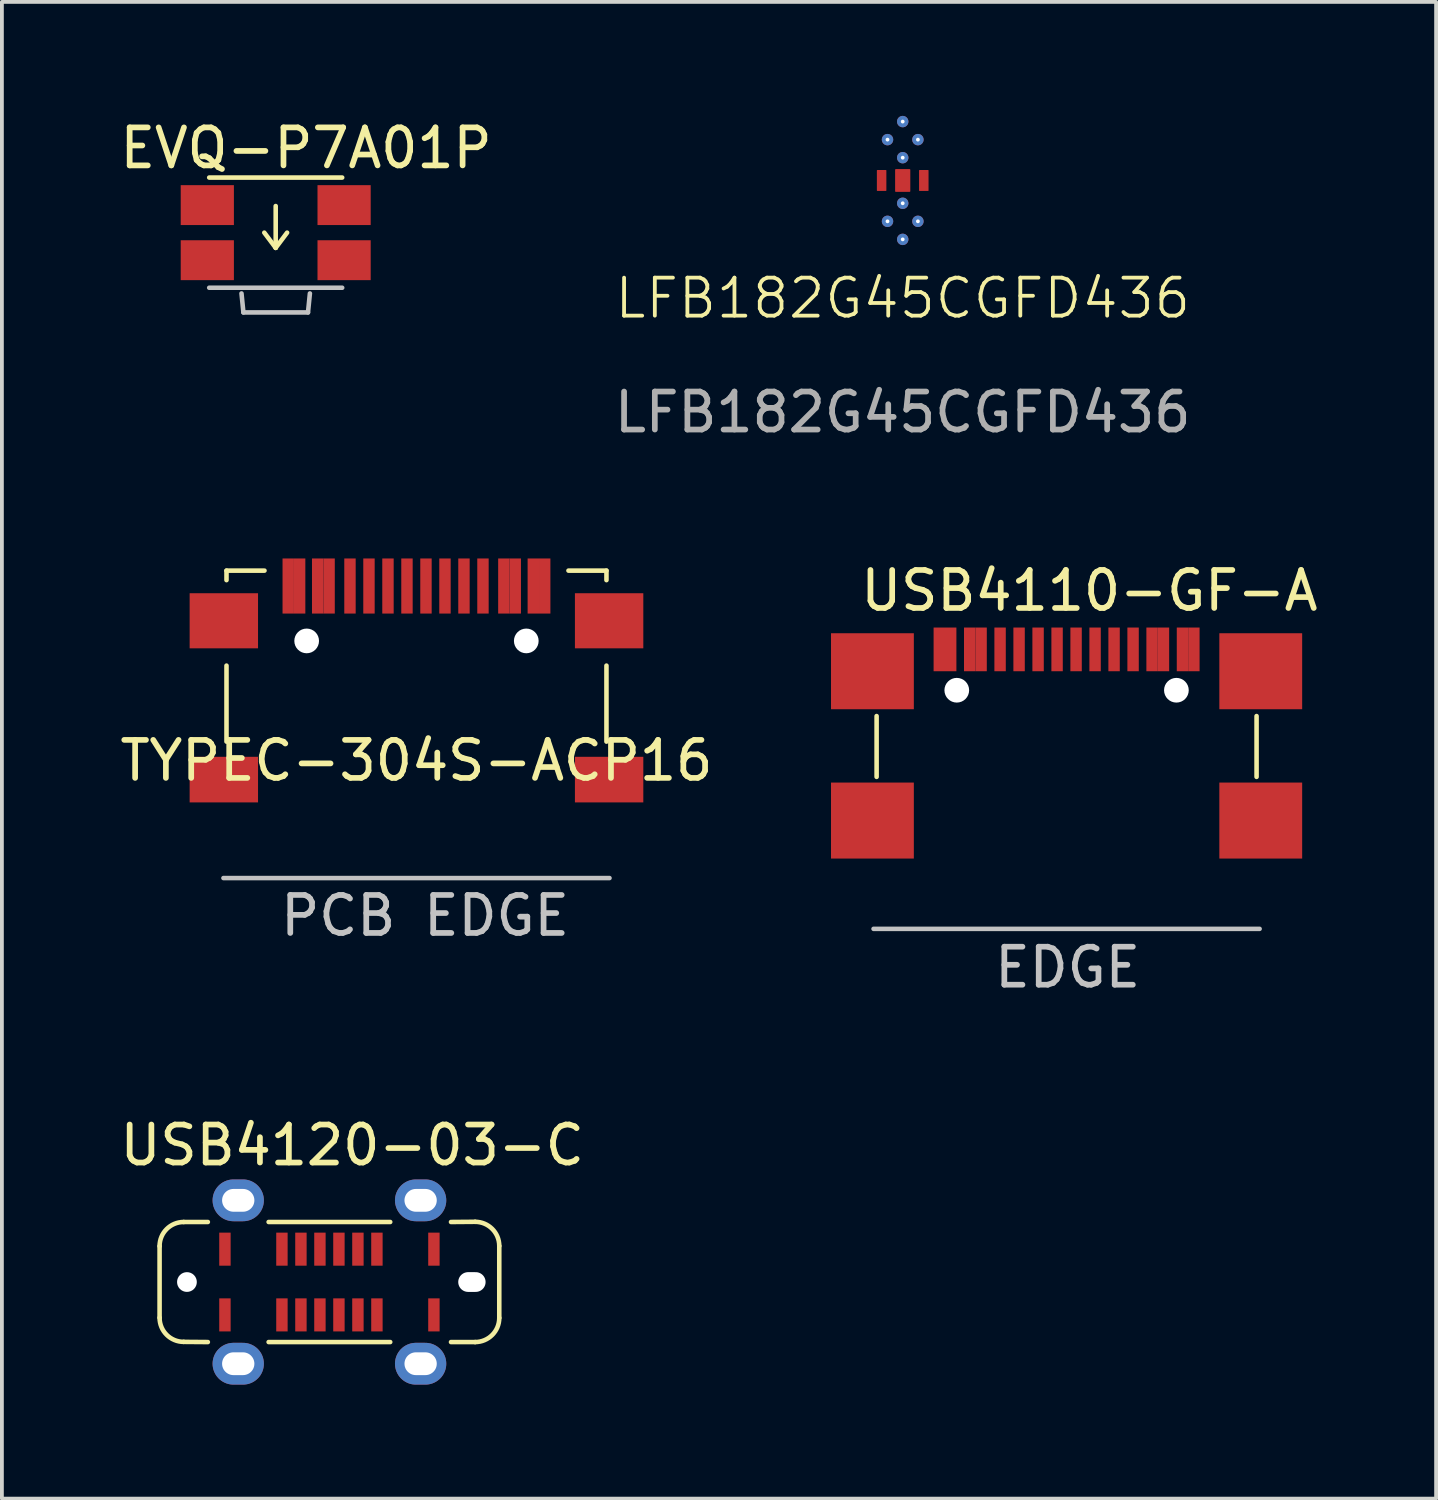
<source format=kicad_pcb>
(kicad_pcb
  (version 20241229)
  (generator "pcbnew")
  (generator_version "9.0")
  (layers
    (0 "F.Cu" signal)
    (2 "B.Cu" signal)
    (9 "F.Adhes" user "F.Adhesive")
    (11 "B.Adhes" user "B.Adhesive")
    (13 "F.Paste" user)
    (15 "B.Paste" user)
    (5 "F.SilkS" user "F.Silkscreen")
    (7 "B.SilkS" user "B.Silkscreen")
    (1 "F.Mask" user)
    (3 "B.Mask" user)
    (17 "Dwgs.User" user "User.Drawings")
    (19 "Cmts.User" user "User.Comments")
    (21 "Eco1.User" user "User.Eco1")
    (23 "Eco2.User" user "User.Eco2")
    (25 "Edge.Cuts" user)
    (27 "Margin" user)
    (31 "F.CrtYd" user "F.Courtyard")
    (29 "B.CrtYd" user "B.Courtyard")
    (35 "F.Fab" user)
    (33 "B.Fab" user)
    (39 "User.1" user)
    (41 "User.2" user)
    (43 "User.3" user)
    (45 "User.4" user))
  (footprint "EVQ-P7A01P"
    (layer "F.Cu")
    (at 4.206 3.073)
    (property "Reference" "EVQ-P7A01P" (at 0.8 -2.225 0) (unlocked yes) (layer "F.SilkS") (effects (font (size 1 1) (thickness 0.15))))
    (attr smd)
    (fp_line (start -1.75 -1.45) (end 1.75 -1.45) (stroke (width 0.12) (type default)) (layer "F.SilkS"))
    (fp_line (start 0 -0.7) (end 0 0.4) (stroke (width 0.12) (type default)) (layer "F.SilkS"))
    (fp_line (start 0 0.4) (end -0.3 0) (stroke (width 0.12) (type default)) (layer "F.SilkS"))
    (fp_line (start 0 0.4) (end 0.3 0) (stroke (width 0.12) (type default)) (layer "F.SilkS"))
    (fp_line (start -1.75 1.45) (end 1.75 1.45) (stroke (width 0.12) (type default)) (layer "Dwgs.User"))
    (fp_line (start -0.85 2.1) (end -0.9 1.6) (stroke (width 0.12) (type default)) (layer "Dwgs.User"))
    (fp_line (start -0.85 2.1) (end 0.85 2.1) (stroke (width 0.12) (type default)) (layer "Dwgs.User"))
    (fp_line (start 0.85 2.1) (end 0.9 1.6) (stroke (width 0.12) (type default)) (layer "Dwgs.User"))
    (pad "1" smd rect (at -1.8 -0.725) (size 1.4 1.05) (layers "F.Cu" "F.Mask" "F.Paste"))
    (pad "1" smd rect (at 1.8 -0.725) (size 1.4 1.05) (layers "F.Cu" "F.Mask" "F.Paste"))
    (pad "2" smd rect (at -1.8 0.725) (size 1.4 1.05) (layers "F.Cu" "F.Mask" "F.Paste"))
    (pad "2" smd rect (at 1.8 0.725) (size 1.4 1.05) (layers "F.Cu" "F.Mask" "F.Paste")))
  (footprint "USB4110-GF-A"
    (layer "F.Cu")
    (at 25.021 21.396)
    (property "Reference" "USB4110-GF-A" (at 0.6 -8.9 0) (unlocked yes) (layer "F.SilkS") (effects (font (size 1 1) (thickness 0.15))))
    (attr smd)
    (fp_line (start -5 -5.6) (end -5 -4) (stroke (width 0.12) (type default)) (layer "F.SilkS"))
    (fp_line (start 5 -5.6) (end 5 -4) (stroke (width 0.12) (type default)) (layer "F.SilkS"))
    (fp_line (start -5.08 0) (end 5.08 0) (stroke (width 0.12) (type default)) (layer "Dwgs.User"))
    (fp_text user "EDGE" (at -1.975 1.6 0) (unlocked yes) (layer "Dwgs.User") (effects (font (size 1 1) (thickness 0.15)) (justify left bottom)))
    (pad "" np_thru_hole circle (at -2.89 -6.28) (size 0.65 0.65) (drill 0.65) (layers "*.Cu" "*.Mask"))
    (pad "" np_thru_hole circle (at 2.89 -6.28) (size 0.65 0.65) (drill 0.65) (layers "*.Cu" "*.Mask"))
    (pad "A1" smd rect (at -3.35 -7.355) (size 0.3 1.15) (layers "F.Cu" "F.Mask" "F.Paste"))
    (pad "A4" smd rect (at -2.55 -7.355) (size 0.3 1.15) (layers "F.Cu" "F.Mask" "F.Paste"))
    (pad "A5" smd rect (at -1.25 -7.355) (size 0.3 1.15) (layers "F.Cu" "F.Mask" "F.Paste"))
    (pad "A6" smd rect (at -0.25 -7.355) (size 0.3 1.15) (layers "F.Cu" "F.Mask" "F.Paste"))
    (pad "A7" smd rect (at 0.25 -7.355) (size 0.3 1.15) (layers "F.Cu" "F.Mask" "F.Paste"))
    (pad "A8" smd rect (at 1.25 -7.355) (size 0.3 1.15) (layers "F.Cu" "F.Mask" "F.Paste"))
    (pad "A9" smd rect (at 2.55 -7.355) (size 0.3 1.15) (layers "F.Cu" "F.Mask" "F.Paste"))
    (pad "A12" smd rect (at 3.35 -7.355) (size 0.3 1.15) (layers "F.Cu" "F.Mask" "F.Paste"))
    (pad "B1" smd rect (at 3.05 -7.355) (size 0.3 1.15) (layers "F.Cu" "F.Mask" "F.Paste"))
    (pad "B4" smd rect (at 2.25 -7.355) (size 0.3 1.15) (layers "F.Cu" "F.Mask" "F.Paste"))
    (pad "B5" smd rect (at 1.75 -7.355) (size 0.3 1.15) (layers "F.Cu" "F.Mask" "F.Paste"))
    (pad "B6" smd rect (at 0.75 -7.355) (size 0.3 1.15) (layers "F.Cu" "F.Mask" "F.Paste"))
    (pad "B7" smd rect (at -0.75 -7.355) (size 0.3 1.15) (layers "F.Cu" "F.Mask" "F.Paste"))
    (pad "B8" smd rect (at -1.75 -7.355) (size 0.3 1.15) (layers "F.Cu" "F.Mask" "F.Paste"))
    (pad "B9" smd rect (at -2.25 -7.355) (size 0.3 1.15) (layers "F.Cu" "F.Mask" "F.Paste"))
    (pad "B12" smd rect (at -3.05 -7.355) (size 0.3 1.15) (layers "F.Cu" "F.Mask" "F.Paste"))
    (pad "S1" smd rect (at -5.11 -6.78) (size 2.18 2) (layers "F.Cu" "F.Mask" "F.Paste"))
    (pad "S1" smd rect (at -5.11 -2.85) (size 2.18 2) (layers "F.Cu" "F.Mask" "F.Paste"))
    (pad "S1" smd rect (at 5.11 -6.78) (size 2.18 2) (layers "F.Cu" "F.Mask" "F.Paste"))
    (pad "S1" smd rect (at 5.11 -2.85) (size 2.18 2) (layers "F.Cu" "F.Mask" "F.Paste")))
  (footprint "USB4120-03-C"
    (layer "F.Cu")
    (at 5.62 30.691)
    (property "Reference" "USB4120-03-C" (at 0.6 -3.6 0) (unlocked yes) (layer "F.SilkS") (effects (font (size 1 1) (thickness 0.15))))
    (attr smd)
    (fp_line (start -4.47 0.94) (end -4.47 -0.945) (stroke (width 0.12) (type default)) (layer "F.SilkS"))
    (fp_line (start -3.2 -1.58) (end -3.835 -1.58) (stroke (width 0.12) (type default)) (layer "F.SilkS"))
    (fp_line (start -3.2 1.58) (end -3.835 1.575) (stroke (width 0.12) (type default)) (layer "F.SilkS"))
    (fp_line (start 1.6 -1.58) (end -1.6 -1.58) (stroke (width 0.12) (type default)) (layer "F.SilkS"))
    (fp_line (start 1.6 1.58) (end -1.6 1.58) (stroke (width 0.12) (type default)) (layer "F.SilkS"))
    (fp_line (start 3.2 -1.58) (end 3.835 -1.585) (stroke (width 0.12) (type default)) (layer "F.SilkS"))
    (fp_line (start 3.2 1.58) (end 3.835 1.58) (stroke (width 0.12) (type default)) (layer "F.SilkS"))
    (fp_line (start 4.47 0.945) (end 4.47 -0.95) (stroke (width 0.12) (type default)) (layer "F.SilkS"))
    (fp_arc (start -4.47 -0.945) (mid -4.284013 -1.394013) (end -3.835 -1.58) (stroke (width 0.12) (type default)) (layer "F.SilkS"))
    (fp_arc (start -3.835 1.575) (mid -4.284013 1.389013) (end -4.47 0.94) (stroke (width 0.12) (type default)) (layer "F.SilkS"))
    (fp_arc (start 3.835 -1.585) (mid 4.284013 -1.399013) (end 4.47 -0.95) (stroke (width 0.12) (type default)) (layer "F.SilkS"))
    (fp_arc (start 4.47 0.945) (mid 4.284013 1.394013) (end 3.835 1.58) (stroke (width 0.12) (type default)) (layer "F.SilkS"))
    (pad "" np_thru_hole circle (at -3.75 0) (size 0.52 0.52) (drill 0.52) (layers "*.Cu" "*.Mask"))
    (pad "" np_thru_hole oval (at 3.75 0) (size 0.72 0.52) (drill oval 0.72 0.52) (layers "*.Cu" "*.Mask"))
    (pad "A1" smd rect (at -2.75 -0.865) (size 0.3 0.87) (layers "F.Cu" "F.Mask" "F.Paste"))
    (pad "A4" smd rect (at -1.25 -0.865) (size 0.3 0.87) (layers "F.Cu" "F.Mask" "F.Paste"))
    (pad "A5" smd rect (at -0.75 -0.865) (size 0.3 0.87) (layers "F.Cu" "F.Mask" "F.Paste"))
    (pad "A6" smd rect (at -0.25 -0.865) (size 0.3 0.87) (layers "F.Cu" "F.Mask" "F.Paste"))
    (pad "A7" smd rect (at 0.25 -0.865) (size 0.3 0.87) (layers "F.Cu" "F.Mask" "F.Paste"))
    (pad "A8" smd rect (at 0.75 -0.865) (size 0.3 0.87) (layers "F.Cu" "F.Mask" "F.Paste"))
    (pad "A9" smd rect (at 1.25 -0.865) (size 0.3 0.87) (layers "F.Cu" "F.Mask" "F.Paste"))
    (pad "A12" smd rect (at 2.75 -0.865) (size 0.3 0.87) (layers "F.Cu" "F.Mask" "F.Paste"))
    (pad "B1" smd rect (at 2.75 0.865) (size 0.3 0.87) (layers "F.Cu" "F.Mask" "F.Paste"))
    (pad "B4" smd rect (at 1.25 0.865) (size 0.3 0.87) (layers "F.Cu" "F.Mask" "F.Paste"))
    (pad "B5" smd rect (at 0.75 0.865) (size 0.3 0.87) (layers "F.Cu" "F.Mask" "F.Paste"))
    (pad "B6" smd rect (at 0.25 0.865) (size 0.3 0.87) (layers "F.Cu" "F.Mask" "F.Paste"))
    (pad "B7" smd rect (at -0.25 0.865) (size 0.3 0.87) (layers "F.Cu" "F.Mask" "F.Paste"))
    (pad "B8" smd rect (at -0.75 0.865) (size 0.3 0.87) (layers "F.Cu" "F.Mask" "F.Paste"))
    (pad "B9" smd rect (at -1.25 0.865) (size 0.3 0.87) (layers "F.Cu" "F.Mask" "F.Paste"))
    (pad "B12" smd rect (at -2.75 0.865) (size 0.3 0.87) (layers "F.Cu" "F.Mask" "F.Paste"))
    (pad "S1" thru_hole oval (at -2.4 -2.15) (size 1.35 1.1) (drill oval 0.85 0.6) (layers "*.Cu" "*.Mask"))
    (pad "S1" thru_hole oval (at -2.4 2.15) (size 1.35 1.1) (drill oval 0.85 0.6) (layers "*.Cu" "*.Mask"))
    (pad "S1" thru_hole oval (at 2.4 -2.15) (size 1.35 1.1) (drill oval 0.85 0.6) (layers "*.Cu" "*.Mask"))
    (pad "S1" thru_hole oval (at 2.4 2.15) (size 1.35 1.1) (drill oval 0.85 0.6) (layers "*.Cu" "*.Mask")))
  (footprint "LFB182G45CGFD436"
    (layer "F.Cu")
    (at 20.708 1.7)
    (property "Reference" "LFB182G45CGFD436" (at 0 3.1 0) (unlocked yes) (layer "F.SilkS") (effects (font (size 1 1) (thickness 0.1))))
    (attr smd)
    (fp_text user "${REFERENCE}" (at 0 6.1 0) (unlocked yes) (layer "F.Fab") (effects (font (size 1 1) (thickness 0.15))))
    (pad "1" smd roundrect (at 0.555 0 180) (size 0.25 0.55) (layers "F.Cu" "F.Mask" "F.Paste") (roundrect_rratio 0.05))
    (pad "2" thru_hole circle (at -0.4 -1.075 180) (size 0.3 0.3) (drill 0.1) (layers "*.Cu" "*.Mask"))
    (pad "2" thru_hole circle (at -0.4 1.075 180) (size 0.3 0.3) (drill 0.1) (layers "*.Cu" "*.Mask"))
    (pad "2" thru_hole circle (at 0 -1.55 180) (size 0.3 0.3) (drill 0.1) (layers "*.Cu" "*.Mask"))
    (pad "2" thru_hole circle (at 0 -0.6 180) (size 0.3 0.3) (drill 0.1) (layers "*.Cu" "*.Mask"))
    (pad "2" smd roundrect (at 0 0 180) (size 0.4 0.6) (layers "F.Cu" "F.Mask" "F.Paste") (roundrect_rratio 0.05))
    (pad "2" thru_hole circle (at 0 0.6 180) (size 0.3 0.3) (drill 0.1) (layers "*.Cu" "*.Mask"))
    (pad "2" thru_hole circle (at 0 1.55 180) (size 0.3 0.3) (drill 0.1) (layers "*.Cu" "*.Mask"))
    (pad "2" thru_hole circle (at 0.4 -1.075 180) (size 0.3 0.3) (drill 0.1) (layers "*.Cu" "*.Mask"))
    (pad "2" thru_hole circle (at 0.4 1.075 180) (size 0.3 0.3) (drill 0.1) (layers "*.Cu" "*.Mask"))
    (pad "3" smd roundrect (at -0.555 0) (size 0.25 0.55) (layers "F.Cu" "F.Mask" "F.Paste") (roundrect_rratio 0.05)))
  (footprint "TYPEC-304S-ACP16"
    (layer "F.Cu")
    (at 7.911 17.468)
    (property "Reference" "TYPEC-304S-ACP16" (at 0 -0.5 0) (unlocked yes) (layer "F.SilkS") (effects (font (size 1 1) (thickness 0.15))))
    (attr smd)
    (fp_line (start -5 -5.5) (end -5 -5.25) (stroke (width 0.12) (type default)) (layer "F.SilkS"))
    (fp_line (start -5 -3) (end -5 -1) (stroke (width 0.12) (type default)) (layer "F.SilkS"))
    (fp_line (start -4 -5.5) (end -5 -5.5) (stroke (width 0.12) (type default)) (layer "F.SilkS"))
    (fp_line (start 4 -5.5) (end 5 -5.5) (stroke (width 0.12) (type default)) (layer "F.SilkS"))
    (fp_line (start 5 -5.5) (end 5 -5.25) (stroke (width 0.12) (type default)) (layer "F.SilkS"))
    (fp_line (start 5 -3) (end 5 -1) (stroke (width 0.12) (type default)) (layer "F.SilkS"))
    (fp_line (start -5.08 2.591) (end 5.08 2.591) (stroke (width 0.12) (type default)) (layer "Dwgs.User"))
    (fp_text user "PCB EDGE" (at -3.658 4.166 0) (unlocked yes) (layer "Dwgs.User") (effects (font (size 1 1) (thickness 0.15)) (justify left bottom)))
    (pad "" np_thru_hole circle (at -2.89 -3.65) (size 0.65 0.65) (drill 0.65) (layers "*.Cu" "*.Mask"))
    (pad "" np_thru_hole circle (at 2.89 -3.65) (size 0.65 0.65) (drill 0.65) (layers "*.Cu" "*.Mask"))
    (pad "A1" smd rect (at -3.375 -5.095) (size 0.3 1.45) (layers "F.Cu" "F.Mask" "F.Paste"))
    (pad "A4" smd rect (at -2.6 -5.095) (size 0.3 1.45) (layers "F.Cu" "F.Mask" "F.Paste"))
    (pad "A5" smd rect (at -1.25 -5.095) (size 0.3 1.45) (layers "F.Cu" "F.Mask" "F.Paste"))
    (pad "A6" smd rect (at -0.25 -5.095) (size 0.3 1.45) (layers "F.Cu" "F.Mask" "F.Paste"))
    (pad "A7" smd rect (at 0.25 -5.095) (size 0.3 1.45) (layers "F.Cu" "F.Mask" "F.Paste"))
    (pad "A8" smd rect (at 1.25 -5.095) (size 0.3 1.45) (layers "F.Cu" "F.Mask" "F.Paste"))
    (pad "A9" smd rect (at 2.6 -5.095) (size 0.3 1.45) (layers "F.Cu" "F.Mask" "F.Paste"))
    (pad "A12" smd rect (at 3.375 -5.095) (size 0.3 1.45) (layers "F.Cu" "F.Mask" "F.Paste"))
    (pad "B1" smd rect (at 3.075 -5.095) (size 0.3 1.45) (layers "F.Cu" "F.Mask" "F.Paste"))
    (pad "B4" smd rect (at 2.3 -5.095) (size 0.3 1.45) (layers "F.Cu" "F.Mask" "F.Paste"))
    (pad "B5" smd rect (at 1.75 -5.095) (size 0.3 1.45) (layers "F.Cu" "F.Mask" "F.Paste"))
    (pad "B6" smd rect (at 0.75 -5.095) (size 0.3 1.45) (layers "F.Cu" "F.Mask" "F.Paste"))
    (pad "B7" smd rect (at -0.75 -5.095) (size 0.3 1.45) (layers "F.Cu" "F.Mask" "F.Paste"))
    (pad "B8" smd rect (at -1.75 -5.095) (size 0.3 1.45) (layers "F.Cu" "F.Mask" "F.Paste"))
    (pad "B9" smd rect (at -2.3 -5.095) (size 0.3 1.45) (layers "F.Cu" "F.Mask" "F.Paste"))
    (pad "B12" smd rect (at -3.075 -5.095) (size 0.3 1.45) (layers "F.Cu" "F.Mask" "F.Paste"))
    (pad "S1" smd rect (at -5.07 -4.18) (size 1.8 1.45) (layers "F.Cu" "F.Mask" "F.Paste"))
    (pad "S1" smd rect (at -5.07 0) (size 1.8 1.2) (layers "F.Cu" "F.Mask" "F.Paste"))
    (pad "S1" smd rect (at 5.07 -4.18) (size 1.8 1.45) (layers "F.Cu" "F.Mask" "F.Paste"))
    (pad "S1" smd rect (at 5.07 0) (size 1.8 1.2) (layers "F.Cu" "F.Mask" "F.Paste")))
  (gr_rect
    (start -3 -3)
    (end 34.746 36.391)
    (stroke (width 0.1) (type default))
    (fill no)
    (layer "Edge.Cuts")))
</source>
